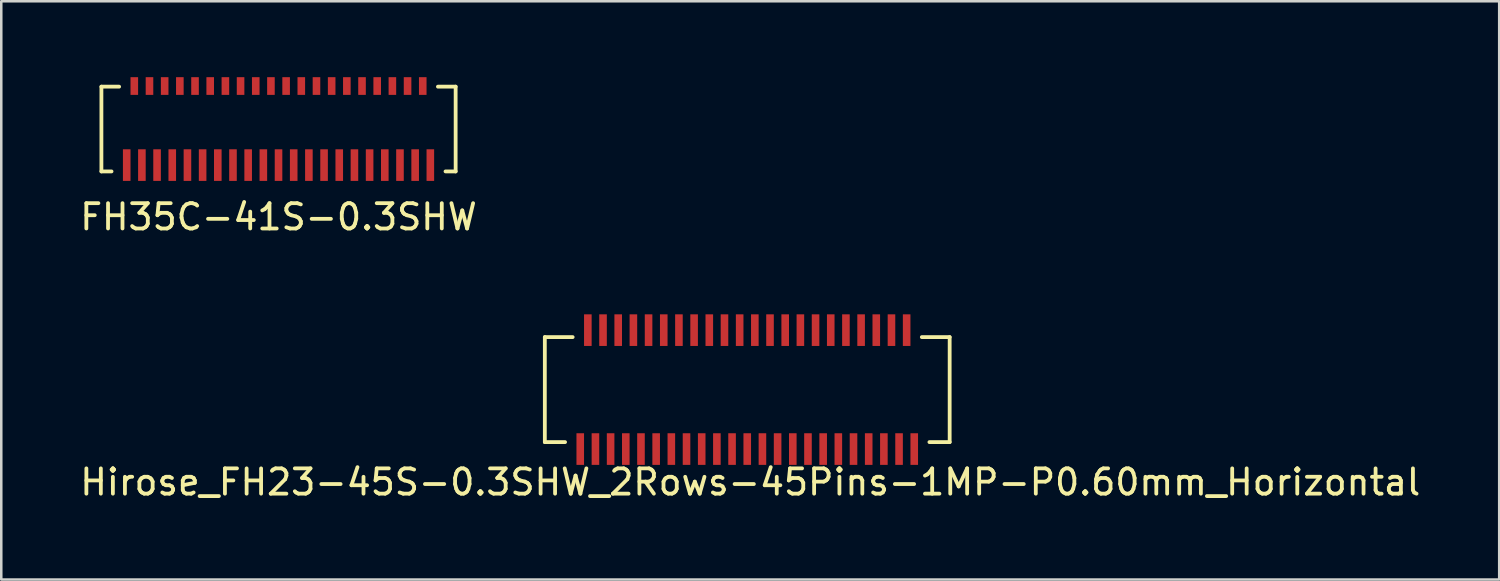
<source format=kicad_pcb>
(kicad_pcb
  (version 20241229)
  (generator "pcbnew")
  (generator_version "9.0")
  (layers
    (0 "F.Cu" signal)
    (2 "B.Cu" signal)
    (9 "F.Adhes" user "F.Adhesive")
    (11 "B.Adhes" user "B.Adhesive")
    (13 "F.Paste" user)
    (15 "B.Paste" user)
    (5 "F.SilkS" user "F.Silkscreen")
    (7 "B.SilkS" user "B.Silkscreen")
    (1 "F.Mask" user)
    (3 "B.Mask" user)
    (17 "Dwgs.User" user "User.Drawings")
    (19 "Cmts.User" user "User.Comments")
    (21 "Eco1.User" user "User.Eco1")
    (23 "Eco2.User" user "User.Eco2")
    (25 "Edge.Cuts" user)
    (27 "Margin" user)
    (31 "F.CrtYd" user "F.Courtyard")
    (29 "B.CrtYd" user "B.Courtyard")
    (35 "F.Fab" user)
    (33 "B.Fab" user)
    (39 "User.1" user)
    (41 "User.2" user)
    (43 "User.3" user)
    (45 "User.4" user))
  (footprint "Hirose_FH23-45S-0.3SHW_2Rows-45Pins-1MP-P0.60mm_Horizontal"
    (layer "F.Cu")
    (at 26.483 12.348)
    (property "Reference" "Hirose_FH23-45S-0.3SHW_2Rows-45Pins-1MP-P0.60mm_Horizontal" (at 0.119 3.658 0) (layer "F.SilkS") (effects (font (size 1 1) (thickness 0.15))))
    (attr smd)
    (fp_line (start -8 -2.075) (end -8 2.075) (stroke (width 0.15) (type solid)) (layer "F.SilkS"))
    (fp_line (start -8 -2.075) (end -6.9 -2.075) (stroke (width 0.15) (type solid)) (layer "F.SilkS"))
    (fp_line (start -8 2.075) (end -7.2 2.075) (stroke (width 0.15) (type solid)) (layer "F.SilkS"))
    (fp_line (start 6.9 -2.075) (end 8 -2.075) (stroke (width 0.15) (type solid)) (layer "F.SilkS"))
    (fp_line (start 7.2 2.075) (end 8 2.075) (stroke (width 0.15) (type solid)) (layer "F.SilkS"))
    (fp_line (start 8 -2.075) (end 8 2.075) (stroke (width 0.15) (type solid)) (layer "F.SilkS"))
    (pad "1" smd rect (at -6.6 2.35) (size 0.3 1.25) (layers "F.Cu" "F.Mask" "F.Paste"))
    (pad "2" smd rect (at -6.3 -2.35) (size 0.3 1.25) (layers "F.Cu" "F.Mask" "F.Paste"))
    (pad "3" smd rect (at -6 2.35) (size 0.3 1.25) (layers "F.Cu" "F.Mask" "F.Paste"))
    (pad "4" smd rect (at -5.7 -2.35) (size 0.3 1.25) (layers "F.Cu" "F.Mask" "F.Paste"))
    (pad "5" smd rect (at -5.4 2.35) (size 0.3 1.25) (layers "F.Cu" "F.Mask" "F.Paste"))
    (pad "6" smd rect (at -5.1 -2.35) (size 0.3 1.25) (layers "F.Cu" "F.Mask" "F.Paste"))
    (pad "7" smd rect (at -4.8 2.35) (size 0.3 1.25) (layers "F.Cu" "F.Mask" "F.Paste"))
    (pad "8" smd rect (at -4.5 -2.35) (size 0.3 1.25) (layers "F.Cu" "F.Mask" "F.Paste"))
    (pad "9" smd rect (at -4.2 2.35) (size 0.3 1.25) (layers "F.Cu" "F.Mask" "F.Paste"))
    (pad "10" smd rect (at -3.9 -2.35) (size 0.3 1.25) (layers "F.Cu" "F.Mask" "F.Paste"))
    (pad "11" smd rect (at -3.6 2.35) (size 0.3 1.25) (layers "F.Cu" "F.Mask" "F.Paste"))
    (pad "12" smd rect (at -3.3 -2.35) (size 0.3 1.25) (layers "F.Cu" "F.Mask" "F.Paste"))
    (pad "13" smd rect (at -3 2.35) (size 0.3 1.25) (layers "F.Cu" "F.Mask" "F.Paste"))
    (pad "14" smd rect (at -2.7 -2.35) (size 0.3 1.25) (layers "F.Cu" "F.Mask" "F.Paste"))
    (pad "15" smd rect (at -2.4 2.35) (size 0.3 1.25) (layers "F.Cu" "F.Mask" "F.Paste"))
    (pad "16" smd rect (at -2.1 -2.35) (size 0.3 1.25) (layers "F.Cu" "F.Mask" "F.Paste"))
    (pad "17" smd rect (at -1.8 2.35) (size 0.3 1.25) (layers "F.Cu" "F.Mask" "F.Paste"))
    (pad "18" smd rect (at -1.5 -2.35) (size 0.3 1.25) (layers "F.Cu" "F.Mask" "F.Paste"))
    (pad "19" smd rect (at -1.2 2.35) (size 0.3 1.25) (layers "F.Cu" "F.Mask" "F.Paste"))
    (pad "20" smd rect (at -0.9 -2.35) (size 0.3 1.25) (layers "F.Cu" "F.Mask" "F.Paste"))
    (pad "21" smd rect (at -0.6 2.35) (size 0.3 1.25) (layers "F.Cu" "F.Mask" "F.Paste"))
    (pad "22" smd rect (at -0.3 -2.35) (size 0.3 1.25) (layers "F.Cu" "F.Mask" "F.Paste"))
    (pad "23" smd rect (at 0 2.35) (size 0.3 1.25) (layers "F.Cu" "F.Mask" "F.Paste"))
    (pad "24" smd rect (at 0.3 -2.35) (size 0.3 1.25) (layers "F.Cu" "F.Mask" "F.Paste"))
    (pad "25" smd rect (at 0.6 2.35) (size 0.3 1.25) (layers "F.Cu" "F.Mask" "F.Paste"))
    (pad "26" smd rect (at 0.9 -2.35) (size 0.3 1.25) (layers "F.Cu" "F.Mask" "F.Paste"))
    (pad "27" smd rect (at 1.2 2.35) (size 0.3 1.25) (layers "F.Cu" "F.Mask" "F.Paste"))
    (pad "28" smd rect (at 1.5 -2.35) (size 0.3 1.25) (layers "F.Cu" "F.Mask" "F.Paste"))
    (pad "29" smd rect (at 1.8 2.35) (size 0.3 1.25) (layers "F.Cu" "F.Mask" "F.Paste"))
    (pad "30" smd rect (at 2.1 -2.35) (size 0.3 1.25) (layers "F.Cu" "F.Mask" "F.Paste"))
    (pad "31" smd rect (at 2.4 2.35) (size 0.3 1.25) (layers "F.Cu" "F.Mask" "F.Paste"))
    (pad "32" smd rect (at 2.7 -2.35) (size 0.3 1.25) (layers "F.Cu" "F.Mask" "F.Paste"))
    (pad "33" smd rect (at 3 2.35) (size 0.3 1.25) (layers "F.Cu" "F.Mask" "F.Paste"))
    (pad "34" smd rect (at 3.3 -2.35) (size 0.3 1.25) (layers "F.Cu" "F.Mask" "F.Paste"))
    (pad "35" smd rect (at 3.6 2.35) (size 0.3 1.25) (layers "F.Cu" "F.Mask" "F.Paste"))
    (pad "36" smd rect (at 3.9 -2.35) (size 0.3 1.25) (layers "F.Cu" "F.Mask" "F.Paste"))
    (pad "37" smd rect (at 4.2 2.35) (size 0.3 1.25) (layers "F.Cu" "F.Mask" "F.Paste"))
    (pad "38" smd rect (at 4.5 -2.35) (size 0.3 1.25) (layers "F.Cu" "F.Mask" "F.Paste"))
    (pad "39" smd rect (at 4.8 2.35) (size 0.3 1.25) (layers "F.Cu" "F.Mask" "F.Paste"))
    (pad "40" smd rect (at 5.1 -2.35) (size 0.3 1.25) (layers "F.Cu" "F.Mask" "F.Paste"))
    (pad "41" smd rect (at 5.4 2.35) (size 0.3 1.25) (layers "F.Cu" "F.Mask" "F.Paste"))
    (pad "42" smd rect (at 5.7 -2.35) (size 0.3 1.25) (layers "F.Cu" "F.Mask" "F.Paste"))
    (pad "43" smd rect (at 6 2.35) (size 0.3 1.25) (layers "F.Cu" "F.Mask" "F.Paste"))
    (pad "44" smd rect (at 6.3 -2.35) (size 0.3 1.25) (layers "F.Cu" "F.Mask" "F.Paste"))
    (pad "45" smd rect (at 6.6 2.35) (size 0.3 1.25) (layers "F.Cu" "F.Mask" "F.Paste")))
  (footprint "FH35C-41S-0.3SHW"
    (layer "F.Cu")
    (at 7.958 2.05)
    (property "Reference" "FH35C-41S-0.3SHW" (at 0 3.475 0) (layer "F.SilkS") (effects (font (size 1 1) (thickness 0.15))))
    (attr smd)
    (fp_line (start -7 -1.675) (end -7 1.675) (stroke (width 0.15) (type solid)) (layer "F.SilkS"))
    (fp_line (start -6.6 1.675) (end -7 1.675) (stroke (width 0.15) (type solid)) (layer "F.SilkS"))
    (fp_line (start -6.3 -1.675) (end -7 -1.675) (stroke (width 0.15) (type solid)) (layer "F.SilkS"))
    (fp_line (start 7 -1.675) (end 6.3 -1.675) (stroke (width 0.15) (type solid)) (layer "F.SilkS"))
    (fp_line (start 7 -1.675) (end 7 1.675) (stroke (width 0.15) (type solid)) (layer "F.SilkS"))
    (fp_line (start 7 1.675) (end 6.6 1.675) (stroke (width 0.15) (type solid)) (layer "F.SilkS"))
    (pad "1" smd rect (at 6 1.425) (size 0.3 1.25) (layers "F.Cu" "F.Mask" "F.Paste"))
    (pad "2" smd rect (at 5.7 -1.7) (size 0.3 0.7) (layers "F.Cu" "F.Mask" "F.Paste"))
    (pad "3" smd rect (at 5.4 1.425) (size 0.3 1.25) (layers "F.Cu" "F.Mask" "F.Paste"))
    (pad "4" smd rect (at 5.1 -1.7) (size 0.3 0.7) (layers "F.Cu" "F.Mask" "F.Paste"))
    (pad "5" smd rect (at 4.8 1.425) (size 0.3 1.25) (layers "F.Cu" "F.Mask" "F.Paste"))
    (pad "6" smd rect (at 4.5 -1.7) (size 0.3 0.7) (layers "F.Cu" "F.Mask" "F.Paste"))
    (pad "7" smd rect (at 4.2 1.425) (size 0.3 1.25) (layers "F.Cu" "F.Mask" "F.Paste"))
    (pad "8" smd rect (at 3.9 -1.7) (size 0.3 0.7) (layers "F.Cu" "F.Mask" "F.Paste"))
    (pad "9" smd rect (at 3.6 1.425) (size 0.3 1.25) (layers "F.Cu" "F.Mask" "F.Paste"))
    (pad "10" smd rect (at 3.3 -1.7) (size 0.3 0.7) (layers "F.Cu" "F.Mask" "F.Paste"))
    (pad "11" smd rect (at 3 1.425) (size 0.3 1.25) (layers "F.Cu" "F.Mask" "F.Paste"))
    (pad "12" smd rect (at 2.7 -1.7) (size 0.3 0.7) (layers "F.Cu" "F.Mask" "F.Paste"))
    (pad "13" smd rect (at 2.4 1.425) (size 0.3 1.25) (layers "F.Cu" "F.Mask" "F.Paste"))
    (pad "14" smd rect (at 2.1 -1.7) (size 0.3 0.7) (layers "F.Cu" "F.Mask" "F.Paste"))
    (pad "15" smd rect (at 1.8 1.425) (size 0.3 1.25) (layers "F.Cu" "F.Mask" "F.Paste"))
    (pad "16" smd rect (at 1.5 -1.7) (size 0.3 0.7) (layers "F.Cu" "F.Mask" "F.Paste"))
    (pad "17" smd rect (at 1.2 1.425) (size 0.3 1.25) (layers "F.Cu" "F.Mask" "F.Paste"))
    (pad "18" smd rect (at 0.9 -1.7) (size 0.3 0.7) (layers "F.Cu" "F.Mask" "F.Paste"))
    (pad "19" smd rect (at 0.6 1.425) (size 0.3 1.25) (layers "F.Cu" "F.Mask" "F.Paste"))
    (pad "20" smd rect (at 0.3 -1.7) (size 0.3 0.7) (layers "F.Cu" "F.Mask" "F.Paste"))
    (pad "21" smd rect (at 0 1.425) (size 0.3 1.25) (layers "F.Cu" "F.Mask" "F.Paste"))
    (pad "22" smd rect (at -0.3 -1.7) (size 0.3 0.7) (layers "F.Cu" "F.Mask" "F.Paste"))
    (pad "23" smd rect (at -0.6 1.425) (size 0.3 1.25) (layers "F.Cu" "F.Mask" "F.Paste"))
    (pad "24" smd rect (at -0.9 -1.7) (size 0.3 0.7) (layers "F.Cu" "F.Mask" "F.Paste"))
    (pad "25" smd rect (at -1.2 1.425) (size 0.3 1.25) (layers "F.Cu" "F.Mask" "F.Paste"))
    (pad "26" smd rect (at -1.5 -1.7) (size 0.3 0.7) (layers "F.Cu" "F.Mask" "F.Paste"))
    (pad "27" smd rect (at -1.8 1.425) (size 0.3 1.25) (layers "F.Cu" "F.Mask" "F.Paste"))
    (pad "28" smd rect (at -2.1 -1.7) (size 0.3 0.7) (layers "F.Cu" "F.Mask" "F.Paste"))
    (pad "29" smd rect (at -2.4 1.425) (size 0.3 1.25) (layers "F.Cu" "F.Mask" "F.Paste"))
    (pad "30" smd rect (at -2.7 -1.7) (size 0.3 0.7) (layers "F.Cu" "F.Mask" "F.Paste"))
    (pad "31" smd rect (at -3 1.425) (size 0.3 1.25) (layers "F.Cu" "F.Mask" "F.Paste"))
    (pad "32" smd rect (at -3.3 -1.7) (size 0.3 0.7) (layers "F.Cu" "F.Mask" "F.Paste"))
    (pad "33" smd rect (at -3.6 1.425) (size 0.3 1.25) (layers "F.Cu" "F.Mask" "F.Paste"))
    (pad "34" smd rect (at -3.9 -1.7) (size 0.3 0.7) (layers "F.Cu" "F.Mask" "F.Paste"))
    (pad "35" smd rect (at -4.2 1.425) (size 0.3 1.25) (layers "F.Cu" "F.Mask" "F.Paste"))
    (pad "36" smd rect (at -4.5 -1.7) (size 0.3 0.7) (layers "F.Cu" "F.Mask" "F.Paste"))
    (pad "37" smd rect (at -4.8 1.425) (size 0.3 1.25) (layers "F.Cu" "F.Mask" "F.Paste"))
    (pad "38" smd rect (at -5.1 -1.7) (size 0.3 0.7) (layers "F.Cu" "F.Mask" "F.Paste"))
    (pad "39" smd rect (at -5.4 1.425) (size 0.3 1.25) (layers "F.Cu" "F.Mask" "F.Paste"))
    (pad "40" smd rect (at -5.7 -1.7) (size 0.3 0.7) (layers "F.Cu" "F.Mask" "F.Paste"))
    (pad "41" smd rect (at -6 1.425) (size 0.3 1.25) (layers "F.Cu" "F.Mask" "F.Paste")))
  (gr_rect
    (start -3 -3)
    (end 56.202 19.854)
    (stroke (width 0.1) (type default))
    (fill no)
    (layer "Edge.Cuts")))
</source>
